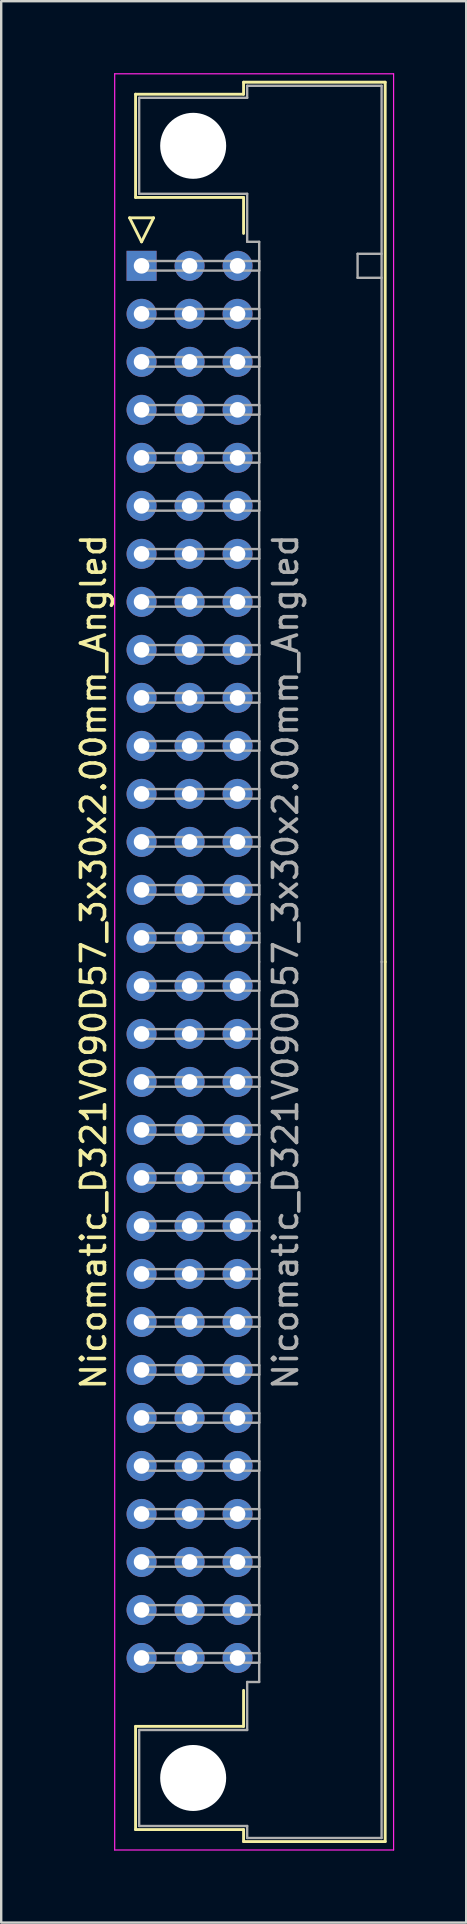
<source format=kicad_pcb>
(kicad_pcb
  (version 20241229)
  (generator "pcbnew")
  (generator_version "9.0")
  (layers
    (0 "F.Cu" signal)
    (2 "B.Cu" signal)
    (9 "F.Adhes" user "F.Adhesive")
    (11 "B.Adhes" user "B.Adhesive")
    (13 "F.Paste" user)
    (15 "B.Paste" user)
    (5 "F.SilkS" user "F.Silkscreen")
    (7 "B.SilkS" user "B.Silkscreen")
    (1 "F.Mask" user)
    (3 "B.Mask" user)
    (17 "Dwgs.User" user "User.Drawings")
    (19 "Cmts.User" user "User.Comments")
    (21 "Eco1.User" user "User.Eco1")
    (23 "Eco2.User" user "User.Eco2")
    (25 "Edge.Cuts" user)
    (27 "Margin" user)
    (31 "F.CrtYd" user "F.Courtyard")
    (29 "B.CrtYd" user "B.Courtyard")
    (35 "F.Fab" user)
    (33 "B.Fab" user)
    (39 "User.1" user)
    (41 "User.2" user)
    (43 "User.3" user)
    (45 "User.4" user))
  (footprint "Nicomatic_D321V090D57_3x30x2.00mm_Angled"
    (layer "F.Cu")
    (at 2.848 8.025)
    (property "Reference" "Nicomatic_D321V090D57_3x30x2.00mm_Angled" (at -2 29 90) (layer "F.SilkS") (effects (font (size 1 1) (thickness 0.15))))
    (attr through_hole)
    (fp_line (start -0.5 -2) (end 0 -1) (stroke (width 0.12) (type solid)) (layer "F.SilkS"))
    (fp_line (start -0.25 -7.15) (end -0.25 -2.85) (stroke (width 0.12) (type solid)) (layer "F.SilkS"))
    (fp_line (start -0.25 -2.85) (end 4.25 -2.85) (stroke (width 0.12) (type solid)) (layer "F.SilkS"))
    (fp_line (start -0.25 60.85) (end 4.25 60.85) (stroke (width 0.12) (type solid)) (layer "F.SilkS"))
    (fp_line (start -0.25 65.15) (end -0.25 60.85) (stroke (width 0.12) (type solid)) (layer "F.SilkS"))
    (fp_line (start 0 -1) (end 0.5 -2) (stroke (width 0.12) (type solid)) (layer "F.SilkS"))
    (fp_line (start 0.5 -2) (end -0.5 -2) (stroke (width 0.12) (type solid)) (layer "F.SilkS"))
    (fp_line (start 4.25 -7.65) (end 4.25 -7.15) (stroke (width 0.12) (type solid)) (layer "F.SilkS"))
    (fp_line (start 4.25 -7.15) (end -0.25 -7.15) (stroke (width 0.12) (type solid)) (layer "F.SilkS"))
    (fp_line (start 4.25 -2.85) (end 4.25 -1.35) (stroke (width 0.12) (type solid)) (layer "F.SilkS"))
    (fp_line (start 4.25 60.85) (end 4.25 59.35) (stroke (width 0.12) (type solid)) (layer "F.SilkS"))
    (fp_line (start 4.25 65.15) (end -0.25 65.15) (stroke (width 0.12) (type solid)) (layer "F.SilkS"))
    (fp_line (start 4.25 65.65) (end 4.25 65.15) (stroke (width 0.12) (type solid)) (layer "F.SilkS"))
    (fp_line (start 10.15 -7.65) (end 4.25 -7.65) (stroke (width 0.12) (type solid)) (layer "F.SilkS"))
    (fp_line (start 10.15 29) (end 10.15 -7.65) (stroke (width 0.12) (type solid)) (layer "F.SilkS"))
    (fp_line (start 10.15 29) (end 10.15 65.65) (stroke (width 0.12) (type solid)) (layer "F.SilkS"))
    (fp_line (start 10.15 65.65) (end 4.25 65.65) (stroke (width 0.12) (type solid)) (layer "F.SilkS"))
    (fp_line (start -1.12 -8) (end -1.12 66) (stroke (width 0.05) (type solid)) (layer "F.CrtYd"))
    (fp_line (start -1.12 66) (end 10.5 66) (stroke (width 0.05) (type solid)) (layer "F.CrtYd"))
    (fp_line (start 10.5 -8) (end -1.12 -8) (stroke (width 0.05) (type solid)) (layer "F.CrtYd"))
    (fp_line (start 10.5 66) (end 10.5 -8) (stroke (width 0.05) (type solid)) (layer "F.CrtYd"))
    (fp_line (start -0.1 -7) (end -0.1 -3) (stroke (width 0.1) (type solid)) (layer "F.Fab"))
    (fp_line (start -0.1 -3) (end 4.4 -3) (stroke (width 0.1) (type solid)) (layer "F.Fab"))
    (fp_line (start -0.1 61) (end 4.4 61) (stroke (width 0.1) (type solid)) (layer "F.Fab"))
    (fp_line (start -0.1 65) (end -0.1 61) (stroke (width 0.1) (type solid)) (layer "F.Fab"))
    (fp_line (start 0 -0.2) (end 0 0.2) (stroke (width 0.1) (type solid)) (layer "F.Fab"))
    (fp_line (start 0 0.2) (end 4.9 0.2) (stroke (width 0.1) (type solid)) (layer "F.Fab"))
    (fp_line (start 0 1.8) (end 0 2.2) (stroke (width 0.1) (type solid)) (layer "F.Fab"))
    (fp_line (start 0 2.2) (end 4.9 2.2) (stroke (width 0.1) (type solid)) (layer "F.Fab"))
    (fp_line (start 0 3.8) (end 0 4.2) (stroke (width 0.1) (type solid)) (layer "F.Fab"))
    (fp_line (start 0 4.2) (end 4.9 4.2) (stroke (width 0.1) (type solid)) (layer "F.Fab"))
    (fp_line (start 0 5.8) (end 0 6.2) (stroke (width 0.1) (type solid)) (layer "F.Fab"))
    (fp_line (start 0 6.2) (end 4.9 6.2) (stroke (width 0.1) (type solid)) (layer "F.Fab"))
    (fp_line (start 0 7.8) (end 0 8.2) (stroke (width 0.1) (type solid)) (layer "F.Fab"))
    (fp_line (start 0 8.2) (end 4.9 8.2) (stroke (width 0.1) (type solid)) (layer "F.Fab"))
    (fp_line (start 0 9.8) (end 0 10.2) (stroke (width 0.1) (type solid)) (layer "F.Fab"))
    (fp_line (start 0 10.2) (end 4.9 10.2) (stroke (width 0.1) (type solid)) (layer "F.Fab"))
    (fp_line (start 0 11.8) (end 0 12.2) (stroke (width 0.1) (type solid)) (layer "F.Fab"))
    (fp_line (start 0 12.2) (end 4.9 12.2) (stroke (width 0.1) (type solid)) (layer "F.Fab"))
    (fp_line (start 0 13.8) (end 0 14.2) (stroke (width 0.1) (type solid)) (layer "F.Fab"))
    (fp_line (start 0 14.2) (end 4.9 14.2) (stroke (width 0.1) (type solid)) (layer "F.Fab"))
    (fp_line (start 0 15.8) (end 0 16.2) (stroke (width 0.1) (type solid)) (layer "F.Fab"))
    (fp_line (start 0 16.2) (end 4.9 16.2) (stroke (width 0.1) (type solid)) (layer "F.Fab"))
    (fp_line (start 0 17.8) (end 0 18.2) (stroke (width 0.1) (type solid)) (layer "F.Fab"))
    (fp_line (start 0 18.2) (end 4.9 18.2) (stroke (width 0.1) (type solid)) (layer "F.Fab"))
    (fp_line (start 0 19.8) (end 0 20.2) (stroke (width 0.1) (type solid)) (layer "F.Fab"))
    (fp_line (start 0 20.2) (end 4.9 20.2) (stroke (width 0.1) (type solid)) (layer "F.Fab"))
    (fp_line (start 0 21.8) (end 0 22.2) (stroke (width 0.1) (type solid)) (layer "F.Fab"))
    (fp_line (start 0 22.2) (end 4.9 22.2) (stroke (width 0.1) (type solid)) (layer "F.Fab"))
    (fp_line (start 0 23.8) (end 0 24.2) (stroke (width 0.1) (type solid)) (layer "F.Fab"))
    (fp_line (start 0 24.2) (end 4.9 24.2) (stroke (width 0.1) (type solid)) (layer "F.Fab"))
    (fp_line (start 0 25.8) (end 0 26.2) (stroke (width 0.1) (type solid)) (layer "F.Fab"))
    (fp_line (start 0 26.2) (end 4.9 26.2) (stroke (width 0.1) (type solid)) (layer "F.Fab"))
    (fp_line (start 0 27.8) (end 0 28.2) (stroke (width 0.1) (type solid)) (layer "F.Fab"))
    (fp_line (start 0 28.2) (end 4.9 28.2) (stroke (width 0.1) (type solid)) (layer "F.Fab"))
    (fp_line (start 0 29.8) (end 0 30.2) (stroke (width 0.1) (type solid)) (layer "F.Fab"))
    (fp_line (start 0 30.2) (end 4.9 30.2) (stroke (width 0.1) (type solid)) (layer "F.Fab"))
    (fp_line (start 0 31.8) (end 0 32.2) (stroke (width 0.1) (type solid)) (layer "F.Fab"))
    (fp_line (start 0 32.2) (end 4.9 32.2) (stroke (width 0.1) (type solid)) (layer "F.Fab"))
    (fp_line (start 0 33.8) (end 0 34.2) (stroke (width 0.1) (type solid)) (layer "F.Fab"))
    (fp_line (start 0 34.2) (end 4.9 34.2) (stroke (width 0.1) (type solid)) (layer "F.Fab"))
    (fp_line (start 0 35.8) (end 0 36.2) (stroke (width 0.1) (type solid)) (layer "F.Fab"))
    (fp_line (start 0 36.2) (end 4.9 36.2) (stroke (width 0.1) (type solid)) (layer "F.Fab"))
    (fp_line (start 0 37.8) (end 0 38.2) (stroke (width 0.1) (type solid)) (layer "F.Fab"))
    (fp_line (start 0 38.2) (end 4.9 38.2) (stroke (width 0.1) (type solid)) (layer "F.Fab"))
    (fp_line (start 0 39.8) (end 0 40.2) (stroke (width 0.1) (type solid)) (layer "F.Fab"))
    (fp_line (start 0 40.2) (end 4.9 40.2) (stroke (width 0.1) (type solid)) (layer "F.Fab"))
    (fp_line (start 0 41.8) (end 0 42.2) (stroke (width 0.1) (type solid)) (layer "F.Fab"))
    (fp_line (start 0 42.2) (end 4.9 42.2) (stroke (width 0.1) (type solid)) (layer "F.Fab"))
    (fp_line (start 0 43.8) (end 0 44.2) (stroke (width 0.1) (type solid)) (layer "F.Fab"))
    (fp_line (start 0 44.2) (end 4.9 44.2) (stroke (width 0.1) (type solid)) (layer "F.Fab"))
    (fp_line (start 0 45.8) (end 0 46.2) (stroke (width 0.1) (type solid)) (layer "F.Fab"))
    (fp_line (start 0 46.2) (end 4.9 46.2) (stroke (width 0.1) (type solid)) (layer "F.Fab"))
    (fp_line (start 0 47.8) (end 0 48.2) (stroke (width 0.1) (type solid)) (layer "F.Fab"))
    (fp_line (start 0 48.2) (end 4.9 48.2) (stroke (width 0.1) (type solid)) (layer "F.Fab"))
    (fp_line (start 0 49.8) (end 0 50.2) (stroke (width 0.1) (type solid)) (layer "F.Fab"))
    (fp_line (start 0 50.2) (end 4.9 50.2) (stroke (width 0.1) (type solid)) (layer "F.Fab"))
    (fp_line (start 0 51.8) (end 0 52.2) (stroke (width 0.1) (type solid)) (layer "F.Fab"))
    (fp_line (start 0 52.2) (end 4.9 52.2) (stroke (width 0.1) (type solid)) (layer "F.Fab"))
    (fp_line (start 0 53.8) (end 0 54.2) (stroke (width 0.1) (type solid)) (layer "F.Fab"))
    (fp_line (start 0 54.2) (end 4.9 54.2) (stroke (width 0.1) (type solid)) (layer "F.Fab"))
    (fp_line (start 0 55.8) (end 0 56.2) (stroke (width 0.1) (type solid)) (layer "F.Fab"))
    (fp_line (start 0 56.2) (end 4.9 56.2) (stroke (width 0.1) (type solid)) (layer "F.Fab"))
    (fp_line (start 0 57.8) (end 0 58.2) (stroke (width 0.1) (type solid)) (layer "F.Fab"))
    (fp_line (start 0 58.2) (end 4.9 58.2) (stroke (width 0.1) (type solid)) (layer "F.Fab"))
    (fp_line (start 4.4 -7.5) (end 4.4 -7) (stroke (width 0.1) (type solid)) (layer "F.Fab"))
    (fp_line (start 4.4 -7) (end -0.1 -7) (stroke (width 0.1) (type solid)) (layer "F.Fab"))
    (fp_line (start 4.4 -3) (end 4.4 -1) (stroke (width 0.1) (type solid)) (layer "F.Fab"))
    (fp_line (start 4.4 -1) (end 4.9 -1) (stroke (width 0.1) (type solid)) (layer "F.Fab"))
    (fp_line (start 4.4 59) (end 4.9 59) (stroke (width 0.1) (type solid)) (layer "F.Fab"))
    (fp_line (start 4.4 61) (end 4.4 59) (stroke (width 0.1) (type solid)) (layer "F.Fab"))
    (fp_line (start 4.4 65) (end -0.1 65) (stroke (width 0.1) (type solid)) (layer "F.Fab"))
    (fp_line (start 4.4 65.5) (end 4.4 65) (stroke (width 0.1) (type solid)) (layer "F.Fab"))
    (fp_line (start 4.9 -1) (end 4.9 29) (stroke (width 0.1) (type solid)) (layer "F.Fab"))
    (fp_line (start 4.9 -0.2) (end 0 -0.2) (stroke (width 0.1) (type solid)) (layer "F.Fab"))
    (fp_line (start 4.9 0.2) (end 4.9 -0.2) (stroke (width 0.1) (type solid)) (layer "F.Fab"))
    (fp_line (start 4.9 1.8) (end 0 1.8) (stroke (width 0.1) (type solid)) (layer "F.Fab"))
    (fp_line (start 4.9 2.2) (end 4.9 1.8) (stroke (width 0.1) (type solid)) (layer "F.Fab"))
    (fp_line (start 4.9 3.8) (end 0 3.8) (stroke (width 0.1) (type solid)) (layer "F.Fab"))
    (fp_line (start 4.9 4.2) (end 4.9 3.8) (stroke (width 0.1) (type solid)) (layer "F.Fab"))
    (fp_line (start 4.9 5.8) (end 0 5.8) (stroke (width 0.1) (type solid)) (layer "F.Fab"))
    (fp_line (start 4.9 6.2) (end 4.9 5.8) (stroke (width 0.1) (type solid)) (layer "F.Fab"))
    (fp_line (start 4.9 7.8) (end 0 7.8) (stroke (width 0.1) (type solid)) (layer "F.Fab"))
    (fp_line (start 4.9 8.2) (end 4.9 7.8) (stroke (width 0.1) (type solid)) (layer "F.Fab"))
    (fp_line (start 4.9 9.8) (end 0 9.8) (stroke (width 0.1) (type solid)) (layer "F.Fab"))
    (fp_line (start 4.9 10.2) (end 4.9 9.8) (stroke (width 0.1) (type solid)) (layer "F.Fab"))
    (fp_line (start 4.9 11.8) (end 0 11.8) (stroke (width 0.1) (type solid)) (layer "F.Fab"))
    (fp_line (start 4.9 12.2) (end 4.9 11.8) (stroke (width 0.1) (type solid)) (layer "F.Fab"))
    (fp_line (start 4.9 13.8) (end 0 13.8) (stroke (width 0.1) (type solid)) (layer "F.Fab"))
    (fp_line (start 4.9 14.2) (end 4.9 13.8) (stroke (width 0.1) (type solid)) (layer "F.Fab"))
    (fp_line (start 4.9 15.8) (end 0 15.8) (stroke (width 0.1) (type solid)) (layer "F.Fab"))
    (fp_line (start 4.9 16.2) (end 4.9 15.8) (stroke (width 0.1) (type solid)) (layer "F.Fab"))
    (fp_line (start 4.9 17.8) (end 0 17.8) (stroke (width 0.1) (type solid)) (layer "F.Fab"))
    (fp_line (start 4.9 18.2) (end 4.9 17.8) (stroke (width 0.1) (type solid)) (layer "F.Fab"))
    (fp_line (start 4.9 19.8) (end 0 19.8) (stroke (width 0.1) (type solid)) (layer "F.Fab"))
    (fp_line (start 4.9 20.2) (end 4.9 19.8) (stroke (width 0.1) (type solid)) (layer "F.Fab"))
    (fp_line (start 4.9 21.8) (end 0 21.8) (stroke (width 0.1) (type solid)) (layer "F.Fab"))
    (fp_line (start 4.9 22.2) (end 4.9 21.8) (stroke (width 0.1) (type solid)) (layer "F.Fab"))
    (fp_line (start 4.9 23.8) (end 0 23.8) (stroke (width 0.1) (type solid)) (layer "F.Fab"))
    (fp_line (start 4.9 24.2) (end 4.9 23.8) (stroke (width 0.1) (type solid)) (layer "F.Fab"))
    (fp_line (start 4.9 25.8) (end 0 25.8) (stroke (width 0.1) (type solid)) (layer "F.Fab"))
    (fp_line (start 4.9 26.2) (end 4.9 25.8) (stroke (width 0.1) (type solid)) (layer "F.Fab"))
    (fp_line (start 4.9 27.8) (end 0 27.8) (stroke (width 0.1) (type solid)) (layer "F.Fab"))
    (fp_line (start 4.9 28.2) (end 4.9 27.8) (stroke (width 0.1) (type solid)) (layer "F.Fab"))
    (fp_line (start 4.9 29.8) (end 0 29.8) (stroke (width 0.1) (type solid)) (layer "F.Fab"))
    (fp_line (start 4.9 30.2) (end 4.9 29.8) (stroke (width 0.1) (type solid)) (layer "F.Fab"))
    (fp_line (start 4.9 31.8) (end 0 31.8) (stroke (width 0.1) (type solid)) (layer "F.Fab"))
    (fp_line (start 4.9 32.2) (end 4.9 31.8) (stroke (width 0.1) (type solid)) (layer "F.Fab"))
    (fp_line (start 4.9 33.8) (end 0 33.8) (stroke (width 0.1) (type solid)) (layer "F.Fab"))
    (fp_line (start 4.9 34.2) (end 4.9 33.8) (stroke (width 0.1) (type solid)) (layer "F.Fab"))
    (fp_line (start 4.9 35.8) (end 0 35.8) (stroke (width 0.1) (type solid)) (layer "F.Fab"))
    (fp_line (start 4.9 36.2) (end 4.9 35.8) (stroke (width 0.1) (type solid)) (layer "F.Fab"))
    (fp_line (start 4.9 37.8) (end 0 37.8) (stroke (width 0.1) (type solid)) (layer "F.Fab"))
    (fp_line (start 4.9 38.2) (end 4.9 37.8) (stroke (width 0.1) (type solid)) (layer "F.Fab"))
    (fp_line (start 4.9 39.8) (end 0 39.8) (stroke (width 0.1) (type solid)) (layer "F.Fab"))
    (fp_line (start 4.9 40.2) (end 4.9 39.8) (stroke (width 0.1) (type solid)) (layer "F.Fab"))
    (fp_line (start 4.9 41.8) (end 0 41.8) (stroke (width 0.1) (type solid)) (layer "F.Fab"))
    (fp_line (start 4.9 42.2) (end 4.9 41.8) (stroke (width 0.1) (type solid)) (layer "F.Fab"))
    (fp_line (start 4.9 43.8) (end 0 43.8) (stroke (width 0.1) (type solid)) (layer "F.Fab"))
    (fp_line (start 4.9 44.2) (end 4.9 43.8) (stroke (width 0.1) (type solid)) (layer "F.Fab"))
    (fp_line (start 4.9 45.8) (end 0 45.8) (stroke (width 0.1) (type solid)) (layer "F.Fab"))
    (fp_line (start 4.9 46.2) (end 4.9 45.8) (stroke (width 0.1) (type solid)) (layer "F.Fab"))
    (fp_line (start 4.9 47.8) (end 0 47.8) (stroke (width 0.1) (type solid)) (layer "F.Fab"))
    (fp_line (start 4.9 48.2) (end 4.9 47.8) (stroke (width 0.1) (type solid)) (layer "F.Fab"))
    (fp_line (start 4.9 49.8) (end 0 49.8) (stroke (width 0.1) (type solid)) (layer "F.Fab"))
    (fp_line (start 4.9 50.2) (end 4.9 49.8) (stroke (width 0.1) (type solid)) (layer "F.Fab"))
    (fp_line (start 4.9 51.8) (end 0 51.8) (stroke (width 0.1) (type solid)) (layer "F.Fab"))
    (fp_line (start 4.9 52.2) (end 4.9 51.8) (stroke (width 0.1) (type solid)) (layer "F.Fab"))
    (fp_line (start 4.9 53.8) (end 0 53.8) (stroke (width 0.1) (type solid)) (layer "F.Fab"))
    (fp_line (start 4.9 54.2) (end 4.9 53.8) (stroke (width 0.1) (type solid)) (layer "F.Fab"))
    (fp_line (start 4.9 55.8) (end 0 55.8) (stroke (width 0.1) (type solid)) (layer "F.Fab"))
    (fp_line (start 4.9 56.2) (end 4.9 55.8) (stroke (width 0.1) (type solid)) (layer "F.Fab"))
    (fp_line (start 4.9 57.8) (end 0 57.8) (stroke (width 0.1) (type solid)) (layer "F.Fab"))
    (fp_line (start 4.9 58.2) (end 4.9 57.8) (stroke (width 0.1) (type solid)) (layer "F.Fab"))
    (fp_line (start 4.9 59) (end 4.9 29) (stroke (width 0.1) (type solid)) (layer "F.Fab"))
    (fp_line (start 9 -0.5) (end 9 0.5) (stroke (width 0.1) (type solid)) (layer "F.Fab"))
    (fp_line (start 9 0.5) (end 10 0.5) (stroke (width 0.1) (type solid)) (layer "F.Fab"))
    (fp_line (start 10 -7.5) (end 4.4 -7.5) (stroke (width 0.1) (type solid)) (layer "F.Fab"))
    (fp_line (start 10 -0.5) (end 9 -0.5) (stroke (width 0.1) (type solid)) (layer "F.Fab"))
    (fp_line (start 10 29) (end 10 -7.5) (stroke (width 0.1) (type solid)) (layer "F.Fab"))
    (fp_line (start 10 29) (end 10 65.5) (stroke (width 0.1) (type solid)) (layer "F.Fab"))
    (fp_line (start 10 65.5) (end 4.4 65.5) (stroke (width 0.1) (type solid)) (layer "F.Fab"))
    (fp_text user "${REFERENCE}" (at 6 29 90) (layer "F.Fab") (effects (font (size 1 1) (thickness 0.15))))
    (pad "" np_thru_hole circle (at 2.15 -5) (size 2.75 2.75) (drill 2.75) (layers "*.Cu" "*.Mask"))
    (pad "" np_thru_hole circle (at 2.15 63) (size 2.75 2.75) (drill 2.75) (layers "*.Cu" "*.Mask"))
    (pad "1" thru_hole rect (at 0 0) (size 1.25 1.25) (drill 0.65) (layers "*.Cu" "*.Mask"))
    (pad "2" thru_hole oval (at 0 2) (size 1.25 1.25) (drill 0.65) (layers "*.Cu" "*.Mask"))
    (pad "3" thru_hole oval (at 0 4) (size 1.25 1.25) (drill 0.65) (layers "*.Cu" "*.Mask"))
    (pad "4" thru_hole oval (at 0 6) (size 1.25 1.25) (drill 0.65) (layers "*.Cu" "*.Mask"))
    (pad "5" thru_hole oval (at 0 8) (size 1.25 1.25) (drill 0.65) (layers "*.Cu" "*.Mask"))
    (pad "6" thru_hole oval (at 0 10) (size 1.25 1.25) (drill 0.65) (layers "*.Cu" "*.Mask"))
    (pad "7" thru_hole oval (at 0 12) (size 1.25 1.25) (drill 0.65) (layers "*.Cu" "*.Mask"))
    (pad "8" thru_hole oval (at 0 14) (size 1.25 1.25) (drill 0.65) (layers "*.Cu" "*.Mask"))
    (pad "9" thru_hole oval (at 0 16) (size 1.25 1.25) (drill 0.65) (layers "*.Cu" "*.Mask"))
    (pad "10" thru_hole oval (at 0 18) (size 1.25 1.25) (drill 0.65) (layers "*.Cu" "*.Mask"))
    (pad "11" thru_hole oval (at 0 20) (size 1.25 1.25) (drill 0.65) (layers "*.Cu" "*.Mask"))
    (pad "12" thru_hole oval (at 0 22) (size 1.25 1.25) (drill 0.65) (layers "*.Cu" "*.Mask"))
    (pad "13" thru_hole oval (at 0 24) (size 1.25 1.25) (drill 0.65) (layers "*.Cu" "*.Mask"))
    (pad "14" thru_hole oval (at 0 26) (size 1.25 1.25) (drill 0.65) (layers "*.Cu" "*.Mask"))
    (pad "15" thru_hole oval (at 0 28) (size 1.25 1.25) (drill 0.65) (layers "*.Cu" "*.Mask"))
    (pad "16" thru_hole oval (at 0 30) (size 1.25 1.25) (drill 0.65) (layers "*.Cu" "*.Mask"))
    (pad "17" thru_hole oval (at 0 32) (size 1.25 1.25) (drill 0.65) (layers "*.Cu" "*.Mask"))
    (pad "18" thru_hole oval (at 0 34) (size 1.25 1.25) (drill 0.65) (layers "*.Cu" "*.Mask"))
    (pad "19" thru_hole oval (at 0 36) (size 1.25 1.25) (drill 0.65) (layers "*.Cu" "*.Mask"))
    (pad "20" thru_hole oval (at 0 38) (size 1.25 1.25) (drill 0.65) (layers "*.Cu" "*.Mask"))
    (pad "21" thru_hole oval (at 0 40) (size 1.25 1.25) (drill 0.65) (layers "*.Cu" "*.Mask"))
    (pad "22" thru_hole oval (at 0 42) (size 1.25 1.25) (drill 0.65) (layers "*.Cu" "*.Mask"))
    (pad "23" thru_hole oval (at 0 44) (size 1.25 1.25) (drill 0.65) (layers "*.Cu" "*.Mask"))
    (pad "24" thru_hole oval (at 0 46) (size 1.25 1.25) (drill 0.65) (layers "*.Cu" "*.Mask"))
    (pad "25" thru_hole oval (at 0 48) (size 1.25 1.25) (drill 0.65) (layers "*.Cu" "*.Mask"))
    (pad "26" thru_hole oval (at 0 50) (size 1.25 1.25) (drill 0.65) (layers "*.Cu" "*.Mask"))
    (pad "27" thru_hole oval (at 0 52) (size 1.25 1.25) (drill 0.65) (layers "*.Cu" "*.Mask"))
    (pad "28" thru_hole oval (at 0 54) (size 1.25 1.25) (drill 0.65) (layers "*.Cu" "*.Mask"))
    (pad "29" thru_hole oval (at 0 56) (size 1.25 1.25) (drill 0.65) (layers "*.Cu" "*.Mask"))
    (pad "30" thru_hole oval (at 0 58) (size 1.25 1.25) (drill 0.65) (layers "*.Cu" "*.Mask"))
    (pad "31" thru_hole oval (at 2 0) (size 1.25 1.25) (drill 0.65) (layers "*.Cu" "*.Mask"))
    (pad "32" thru_hole oval (at 2 2) (size 1.25 1.25) (drill 0.65) (layers "*.Cu" "*.Mask"))
    (pad "33" thru_hole oval (at 2 4) (size 1.25 1.25) (drill 0.65) (layers "*.Cu" "*.Mask"))
    (pad "34" thru_hole oval (at 2 6) (size 1.25 1.25) (drill 0.65) (layers "*.Cu" "*.Mask"))
    (pad "35" thru_hole oval (at 2 8) (size 1.25 1.25) (drill 0.65) (layers "*.Cu" "*.Mask"))
    (pad "36" thru_hole oval (at 2 10) (size 1.25 1.25) (drill 0.65) (layers "*.Cu" "*.Mask"))
    (pad "37" thru_hole oval (at 2 12) (size 1.25 1.25) (drill 0.65) (layers "*.Cu" "*.Mask"))
    (pad "38" thru_hole oval (at 2 14) (size 1.25 1.25) (drill 0.65) (layers "*.Cu" "*.Mask"))
    (pad "39" thru_hole oval (at 2 16) (size 1.25 1.25) (drill 0.65) (layers "*.Cu" "*.Mask"))
    (pad "40" thru_hole oval (at 2 18) (size 1.25 1.25) (drill 0.65) (layers "*.Cu" "*.Mask"))
    (pad "41" thru_hole oval (at 2 20) (size 1.25 1.25) (drill 0.65) (layers "*.Cu" "*.Mask"))
    (pad "42" thru_hole oval (at 2 22) (size 1.25 1.25) (drill 0.65) (layers "*.Cu" "*.Mask"))
    (pad "43" thru_hole oval (at 2 24) (size 1.25 1.25) (drill 0.65) (layers "*.Cu" "*.Mask"))
    (pad "44" thru_hole oval (at 2 26) (size 1.25 1.25) (drill 0.65) (layers "*.Cu" "*.Mask"))
    (pad "45" thru_hole oval (at 2 28) (size 1.25 1.25) (drill 0.65) (layers "*.Cu" "*.Mask"))
    (pad "46" thru_hole oval (at 2 30) (size 1.25 1.25) (drill 0.65) (layers "*.Cu" "*.Mask"))
    (pad "47" thru_hole oval (at 2 32) (size 1.25 1.25) (drill 0.65) (layers "*.Cu" "*.Mask"))
    (pad "48" thru_hole oval (at 2 34) (size 1.25 1.25) (drill 0.65) (layers "*.Cu" "*.Mask"))
    (pad "49" thru_hole oval (at 2 36) (size 1.25 1.25) (drill 0.65) (layers "*.Cu" "*.Mask"))
    (pad "50" thru_hole oval (at 2 38) (size 1.25 1.25) (drill 0.65) (layers "*.Cu" "*.Mask"))
    (pad "51" thru_hole oval (at 2 40) (size 1.25 1.25) (drill 0.65) (layers "*.Cu" "*.Mask"))
    (pad "52" thru_hole oval (at 2 42) (size 1.25 1.25) (drill 0.65) (layers "*.Cu" "*.Mask"))
    (pad "53" thru_hole oval (at 2 44) (size 1.25 1.25) (drill 0.65) (layers "*.Cu" "*.Mask"))
    (pad "54" thru_hole oval (at 2 46) (size 1.25 1.25) (drill 0.65) (layers "*.Cu" "*.Mask"))
    (pad "55" thru_hole oval (at 2 48) (size 1.25 1.25) (drill 0.65) (layers "*.Cu" "*.Mask"))
    (pad "56" thru_hole oval (at 2 50) (size 1.25 1.25) (drill 0.65) (layers "*.Cu" "*.Mask"))
    (pad "57" thru_hole oval (at 2 52) (size 1.25 1.25) (drill 0.65) (layers "*.Cu" "*.Mask"))
    (pad "58" thru_hole oval (at 2 54) (size 1.25 1.25) (drill 0.65) (layers "*.Cu" "*.Mask"))
    (pad "59" thru_hole oval (at 2 56) (size 1.25 1.25) (drill 0.65) (layers "*.Cu" "*.Mask"))
    (pad "60" thru_hole oval (at 2 58) (size 1.25 1.25) (drill 0.65) (layers "*.Cu" "*.Mask"))
    (pad "61" thru_hole oval (at 4 0) (size 1.25 1.25) (drill 0.65) (layers "*.Cu" "*.Mask"))
    (pad "62" thru_hole oval (at 4 2) (size 1.25 1.25) (drill 0.65) (layers "*.Cu" "*.Mask"))
    (pad "63" thru_hole oval (at 4 4) (size 1.25 1.25) (drill 0.65) (layers "*.Cu" "*.Mask"))
    (pad "64" thru_hole oval (at 4 6) (size 1.25 1.25) (drill 0.65) (layers "*.Cu" "*.Mask"))
    (pad "65" thru_hole oval (at 4 8) (size 1.25 1.25) (drill 0.65) (layers "*.Cu" "*.Mask"))
    (pad "66" thru_hole oval (at 4 10) (size 1.25 1.25) (drill 0.65) (layers "*.Cu" "*.Mask"))
    (pad "67" thru_hole oval (at 4 12) (size 1.25 1.25) (drill 0.65) (layers "*.Cu" "*.Mask"))
    (pad "68" thru_hole oval (at 4 14) (size 1.25 1.25) (drill 0.65) (layers "*.Cu" "*.Mask"))
    (pad "69" thru_hole oval (at 4 16) (size 1.25 1.25) (drill 0.65) (layers "*.Cu" "*.Mask"))
    (pad "70" thru_hole oval (at 4 18) (size 1.25 1.25) (drill 0.65) (layers "*.Cu" "*.Mask"))
    (pad "71" thru_hole oval (at 4 20) (size 1.25 1.25) (drill 0.65) (layers "*.Cu" "*.Mask"))
    (pad "72" thru_hole oval (at 4 22) (size 1.25 1.25) (drill 0.65) (layers "*.Cu" "*.Mask"))
    (pad "73" thru_hole oval (at 4 24) (size 1.25 1.25) (drill 0.65) (layers "*.Cu" "*.Mask"))
    (pad "74" thru_hole oval (at 4 26) (size 1.25 1.25) (drill 0.65) (layers "*.Cu" "*.Mask"))
    (pad "75" thru_hole oval (at 4 28) (size 1.25 1.25) (drill 0.65) (layers "*.Cu" "*.Mask"))
    (pad "76" thru_hole oval (at 4 30) (size 1.25 1.25) (drill 0.65) (layers "*.Cu" "*.Mask"))
    (pad "77" thru_hole oval (at 4 32) (size 1.25 1.25) (drill 0.65) (layers "*.Cu" "*.Mask"))
    (pad "78" thru_hole oval (at 4 34) (size 1.25 1.25) (drill 0.65) (layers "*.Cu" "*.Mask"))
    (pad "79" thru_hole oval (at 4 36) (size 1.25 1.25) (drill 0.65) (layers "*.Cu" "*.Mask"))
    (pad "80" thru_hole oval (at 4 38) (size 1.25 1.25) (drill 0.65) (layers "*.Cu" "*.Mask"))
    (pad "81" thru_hole oval (at 4 40) (size 1.25 1.25) (drill 0.65) (layers "*.Cu" "*.Mask"))
    (pad "82" thru_hole oval (at 4 42) (size 1.25 1.25) (drill 0.65) (layers "*.Cu" "*.Mask"))
    (pad "83" thru_hole oval (at 4 44) (size 1.25 1.25) (drill 0.65) (layers "*.Cu" "*.Mask"))
    (pad "84" thru_hole oval (at 4 46) (size 1.25 1.25) (drill 0.65) (layers "*.Cu" "*.Mask"))
    (pad "85" thru_hole oval (at 4 48) (size 1.25 1.25) (drill 0.65) (layers "*.Cu" "*.Mask"))
    (pad "86" thru_hole oval (at 4 50) (size 1.25 1.25) (drill 0.65) (layers "*.Cu" "*.Mask"))
    (pad "87" thru_hole oval (at 4 52) (size 1.25 1.25) (drill 0.65) (layers "*.Cu" "*.Mask"))
    (pad "88" thru_hole oval (at 4 54) (size 1.25 1.25) (drill 0.65) (layers "*.Cu" "*.Mask"))
    (pad "89" thru_hole oval (at 4 56) (size 1.25 1.25) (drill 0.65) (layers "*.Cu" "*.Mask"))
    (pad "90" thru_hole oval (at 4 58) (size 1.25 1.25) (drill 0.65) (layers "*.Cu" "*.Mask")))
  (gr_rect
    (start -3 -3)
    (end 16.373 77.05)
    (stroke (width 0.1) (type default))
    (fill no)
    (layer "Edge.Cuts")))
</source>
